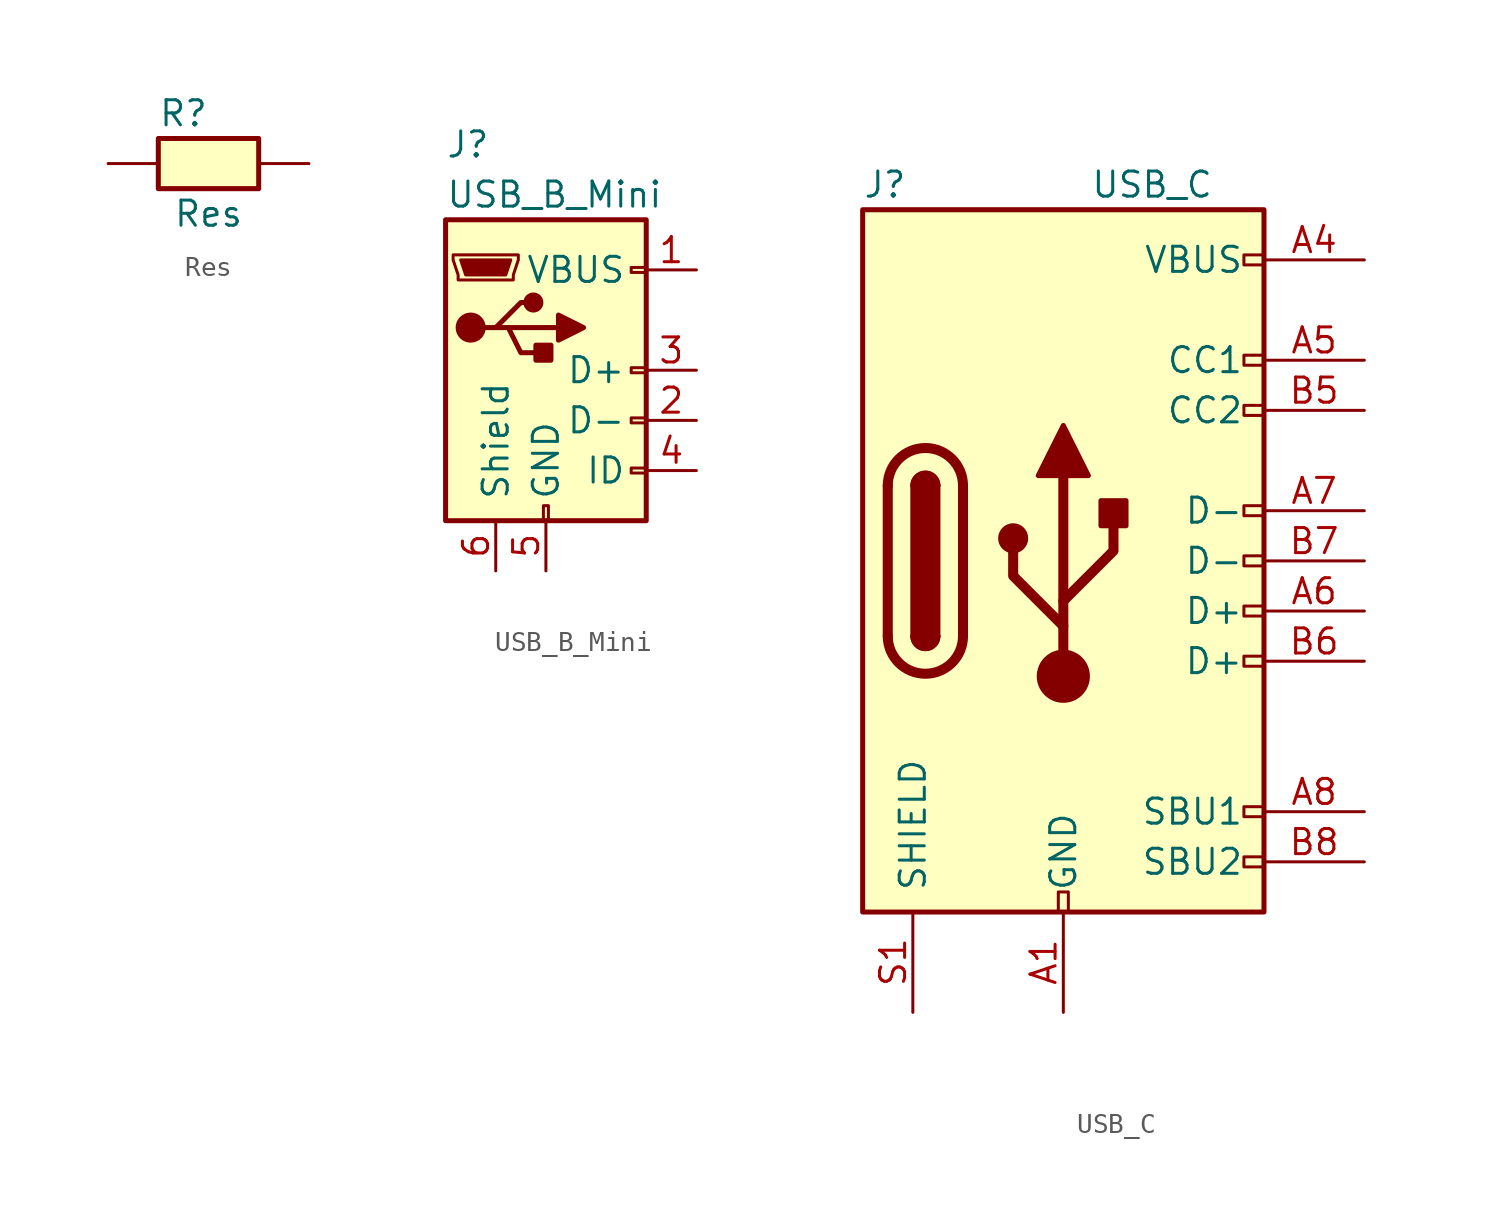
<source format=kicad_sym>
(kicad_symbol_lib
  (version 20231120)
  (generator "kicad_symbol_editor")
  (generator_version "8.0")
  (symbol "Res"
    (pin_numbers hide)
    (property "Reference" "R"
      (at 3.81 2.54 0)
      (effects (font (size 1.27 1.27))))
    (property "Value" "Res"
      (at 5.08 -2.54 0)
      (effects (font (size 1.27 1.27))))
    (property "LCSC" ""
      (at 0 0 0)
      (effects (font (size 1.27 1.27))))
    (symbol "Res_1_0"
      (rectangle (start 2.54 -1.27) (end 7.62 1.27) (stroke (width 0.254) (type default)) (fill (type background)))
      (pin passive line (at 0 0 0) (length 2.54) (name "" (effects (font (size 1.27 1.27)))) (number "1" (effects (font (size 1.27 1.27)))))
      (pin passive line (at 10.16 0 180) (length 2.54) (name "" (effects (font (size 1.27 1.27)))) (number "2" (effects (font (size 1.27 1.27)))))))
  (symbol "USB_B_Mini"
    (pin_names
      (offset 1.016))
    (property "Reference" "J"
      (at -5.08 11.43 0)
      (effects (font (size 1.27 1.27)) (justify left)))
    (property "Value" "USB_B_Mini"
      (at -5.08 8.89 0)
      (effects (font (size 1.27 1.27)) (justify left)))
    (symbol "USB_B_Mini_0_1"
      (rectangle (start -5.08 -7.62) (end 5.08 7.62) (stroke (width 0.254) (type default)) (fill (type background)))
      (circle (center -3.81 2.159) (radius 0.635) (stroke (width 0.254) (type default)) (fill (type outline)))
      (circle (center -0.635 3.429) (radius 0.381) (stroke (width 0.254) (type default)) (fill (type outline)))
      (rectangle (start -0.127 -7.62) (end 0.127 -6.858) (stroke (width 0) (type default)) (fill (type none)))
      (polyline (pts (xy -1.905 2.159) (xy 0.635 2.159)) (stroke (width 0.254) (type default)) (fill (type none)))
      (polyline (pts (xy -3.175 2.159) (xy -2.54 2.159) (xy -1.27 3.429) (xy -0.635 3.429)) (stroke (width 0.254) (type default)) (fill (type none)))
      (polyline (pts (xy -2.54 2.159) (xy -1.905 2.159) (xy -1.27 0.889) (xy 0 0.889)) (stroke (width 0.254) (type default)) (fill (type none)))
      (polyline (pts (xy 0.635 2.794) (xy 0.635 1.524) (xy 1.905 2.159) (xy 0.635 2.794)) (stroke (width 0.254) (type default)) (fill (type outline)))
      (polyline (pts (xy -4.318 5.588) (xy -1.778 5.588) (xy -2.032 4.826) (xy -4.064 4.826) (xy -4.318 5.588)) (stroke (width 0) (type default)) (fill (type outline)))
      (polyline (pts (xy -4.699 5.842) (xy -4.699 5.588) (xy -4.445 4.826) (xy -4.445 4.572) (xy -1.651 4.572) (xy -1.651 4.826) (xy -1.397 5.588) (xy -1.397 5.842) (xy -4.699 5.842)) (stroke (width 0) (type default)) (fill (type none)))
      (rectangle (start 0.254 1.27) (end -0.508 0.508) (stroke (width 0.254) (type default)) (fill (type outline)))
      (rectangle (start 5.08 -5.207) (end 4.318 -4.953) (stroke (width 0) (type default)) (fill (type none)))
      (rectangle (start 5.08 -2.667) (end 4.318 -2.413) (stroke (width 0) (type default)) (fill (type none)))
      (rectangle (start 5.08 -0.127) (end 4.318 0.127) (stroke (width 0) (type default)) (fill (type none)))
      (rectangle (start 5.08 4.953) (end 4.318 5.207) (stroke (width 0) (type default)) (fill (type none))))
    (symbol "USB_B_Mini_1_1"
      (pin power_out line (at 7.62 5.08 180) (length 2.54) (name "VBUS" (effects (font (size 1.27 1.27)))) (number "1" (effects (font (size 1.27 1.27)))))
      (pin passive line (at 7.62 -2.54 180) (length 2.54) (name "D-" (effects (font (size 1.27 1.27)))) (number "2" (effects (font (size 1.27 1.27)))))
      (pin passive line (at 7.62 0 180) (length 2.54) (name "D+" (effects (font (size 1.27 1.27)))) (number "3" (effects (font (size 1.27 1.27)))))
      (pin passive line (at 7.62 -5.08 180) (length 2.54) (name "ID" (effects (font (size 1.27 1.27)))) (number "4" (effects (font (size 1.27 1.27)))))
      (pin power_out line (at 0 -10.16 90) (length 2.54) (name "GND" (effects (font (size 1.27 1.27)))) (number "5" (effects (font (size 1.27 1.27)))))
      (pin passive line (at -2.54 -10.16 90) (length 2.54) (name "Shield" (effects (font (size 1.27 1.27)))) (number "6" (effects (font (size 1.27 1.27)))))))
  (symbol "USB_C"
    (pin_names
      (offset 1.016))
    (property "Reference" "J"
      (at -10.16 19.05 0)
      (effects (font (size 1.27 1.27)) (justify left)))
    (property "Value" "USB_C"
      (at 7.62 19.05 0)
      (effects (font (size 1.27 1.27)) (justify right)))
    (symbol "USB_C_0_0"
      (rectangle (start -0.254 -17.78) (end 0.254 -16.764) (stroke (width 0) (type default)) (fill (type none)))
      (rectangle (start 10.16 -14.986) (end 9.144 -15.494) (stroke (width 0) (type default)) (fill (type none)))
      (rectangle (start 10.16 -12.446) (end 9.144 -12.954) (stroke (width 0) (type default)) (fill (type none)))
      (rectangle (start 10.16 -4.826) (end 9.144 -5.334) (stroke (width 0) (type default)) (fill (type none)))
      (rectangle (start 10.16 -2.286) (end 9.144 -2.794) (stroke (width 0) (type default)) (fill (type none)))
      (rectangle (start 10.16 0.254) (end 9.144 -0.254) (stroke (width 0) (type default)) (fill (type none)))
      (rectangle (start 10.16 2.794) (end 9.144 2.286) (stroke (width 0) (type default)) (fill (type none)))
      (rectangle (start 10.16 7.874) (end 9.144 7.366) (stroke (width 0) (type default)) (fill (type none)))
      (rectangle (start 10.16 10.414) (end 9.144 9.906) (stroke (width 0) (type default)) (fill (type none)))
      (rectangle (start 10.16 15.494) (end 9.144 14.986) (stroke (width 0) (type default)) (fill (type none))))
    (symbol "USB_C_0_1"
      (rectangle (start -10.16 17.78) (end 10.16 -17.78) (stroke (width 0.254) (type default)) (fill (type background)))
      (arc (start -8.89 -3.81) (mid -6.985 -5.7067) (end -5.08 -3.81) (stroke (width 0.508) (type default)) (fill (type none)))
      (arc (start -7.62 -3.81) (mid -6.985 -4.4423) (end -6.35 -3.81) (stroke (width 0.254) (type default)) (fill (type none)))
      (arc (start -7.62 -3.81) (mid -6.985 -4.4423) (end -6.35 -3.81) (stroke (width 0.254) (type default)) (fill (type outline)))
      (rectangle (start -7.62 -3.81) (end -6.35 3.81) (stroke (width 0.254) (type default)) (fill (type outline)))
      (arc (start -6.35 3.81) (mid -6.985 4.4423) (end -7.62 3.81) (stroke (width 0.254) (type default)) (fill (type none)))
      (arc (start -6.35 3.81) (mid -6.985 4.4423) (end -7.62 3.81) (stroke (width 0.254) (type default)) (fill (type outline)))
      (arc (start -5.08 3.81) (mid -6.985 5.7067) (end -8.89 3.81) (stroke (width 0.508) (type default)) (fill (type none)))
      (circle (center -2.54 1.143) (radius 0.635) (stroke (width 0.254) (type default)) (fill (type outline)))
      (circle (center 0 -5.842) (radius 1.27) (stroke (width 0) (type default)) (fill (type outline)))
      (polyline (pts (xy -8.89 -3.81) (xy -8.89 3.81)) (stroke (width 0.508) (type default)) (fill (type none)))
      (polyline (pts (xy -5.08 3.81) (xy -5.08 -3.81)) (stroke (width 0.508) (type default)) (fill (type none)))
      (polyline (pts (xy 0 -5.842) (xy 0 4.318)) (stroke (width 0.508) (type default)) (fill (type none)))
      (polyline (pts (xy 0 -3.302) (xy -2.54 -0.762) (xy -2.54 0.508)) (stroke (width 0.508) (type default)) (fill (type none)))
      (polyline (pts (xy 0 -2.032) (xy 2.54 0.508) (xy 2.54 1.778)) (stroke (width 0.508) (type default)) (fill (type none)))
      (polyline (pts (xy -1.27 4.318) (xy 0 6.858) (xy 1.27 4.318) (xy -1.27 4.318)) (stroke (width 0.254) (type default)) (fill (type outline)))
      (rectangle (start 1.905 1.778) (end 3.175 3.048) (stroke (width 0.254) (type default)) (fill (type outline))))
    (symbol "USB_C_1_1"
      (pin passive line (at 0 -22.86 90) (length 5.08) (name "GND" (effects (font (size 1.27 1.27)))) (number "A1" (effects (font (size 1.27 1.27)))))
      (pin passive line (at 0 -22.86 90) (length 5.08) hide (name "GND" (effects (font (size 1.27 1.27)))) (number "A12" (effects (font (size 1.27 1.27)))))
      (pin passive line (at 15.24 15.24 180) (length 5.08) (name "VBUS" (effects (font (size 1.27 1.27)))) (number "A4" (effects (font (size 1.27 1.27)))))
      (pin bidirectional line (at 15.24 10.16 180) (length 5.08) (name "CC1" (effects (font (size 1.27 1.27)))) (number "A5" (effects (font (size 1.27 1.27)))))
      (pin bidirectional line (at 15.24 -2.54 180) (length 5.08) (name "D+" (effects (font (size 1.27 1.27)))) (number "A6" (effects (font (size 1.27 1.27)))))
      (pin bidirectional line (at 15.24 2.54 180) (length 5.08) (name "D-" (effects (font (size 1.27 1.27)))) (number "A7" (effects (font (size 1.27 1.27)))))
      (pin bidirectional line (at 15.24 -12.7 180) (length 5.08) (name "SBU1" (effects (font (size 1.27 1.27)))) (number "A8" (effects (font (size 1.27 1.27)))))
      (pin passive line (at 15.24 15.24 180) (length 5.08) hide (name "VBUS" (effects (font (size 1.27 1.27)))) (number "A9" (effects (font (size 1.27 1.27)))))
      (pin passive line (at 0 -22.86 90) (length 5.08) hide (name "GND" (effects (font (size 1.27 1.27)))) (number "B1" (effects (font (size 1.27 1.27)))))
      (pin passive line (at 0 -22.86 90) (length 5.08) hide (name "GND" (effects (font (size 1.27 1.27)))) (number "B12" (effects (font (size 1.27 1.27)))))
      (pin passive line (at 15.24 15.24 180) (length 5.08) hide (name "VBUS" (effects (font (size 1.27 1.27)))) (number "B4" (effects (font (size 1.27 1.27)))))
      (pin bidirectional line (at 15.24 7.62 180) (length 5.08) (name "CC2" (effects (font (size 1.27 1.27)))) (number "B5" (effects (font (size 1.27 1.27)))))
      (pin bidirectional line (at 15.24 -5.08 180) (length 5.08) (name "D+" (effects (font (size 1.27 1.27)))) (number "B6" (effects (font (size 1.27 1.27)))))
      (pin bidirectional line (at 15.24 0 180) (length 5.08) (name "D-" (effects (font (size 1.27 1.27)))) (number "B7" (effects (font (size 1.27 1.27)))))
      (pin bidirectional line (at 15.24 -15.24 180) (length 5.08) (name "SBU2" (effects (font (size 1.27 1.27)))) (number "B8" (effects (font (size 1.27 1.27)))))
      (pin passive line (at 15.24 15.24 180) (length 5.08) hide (name "VBUS" (effects (font (size 1.27 1.27)))) (number "B9" (effects (font (size 1.27 1.27)))))
      (pin passive line (at -7.62 -22.86 90) (length 5.08) (name "SHIELD" (effects (font (size 1.27 1.27)))) (number "S1" (effects (font (size 1.27 1.27))))))))
</source>
